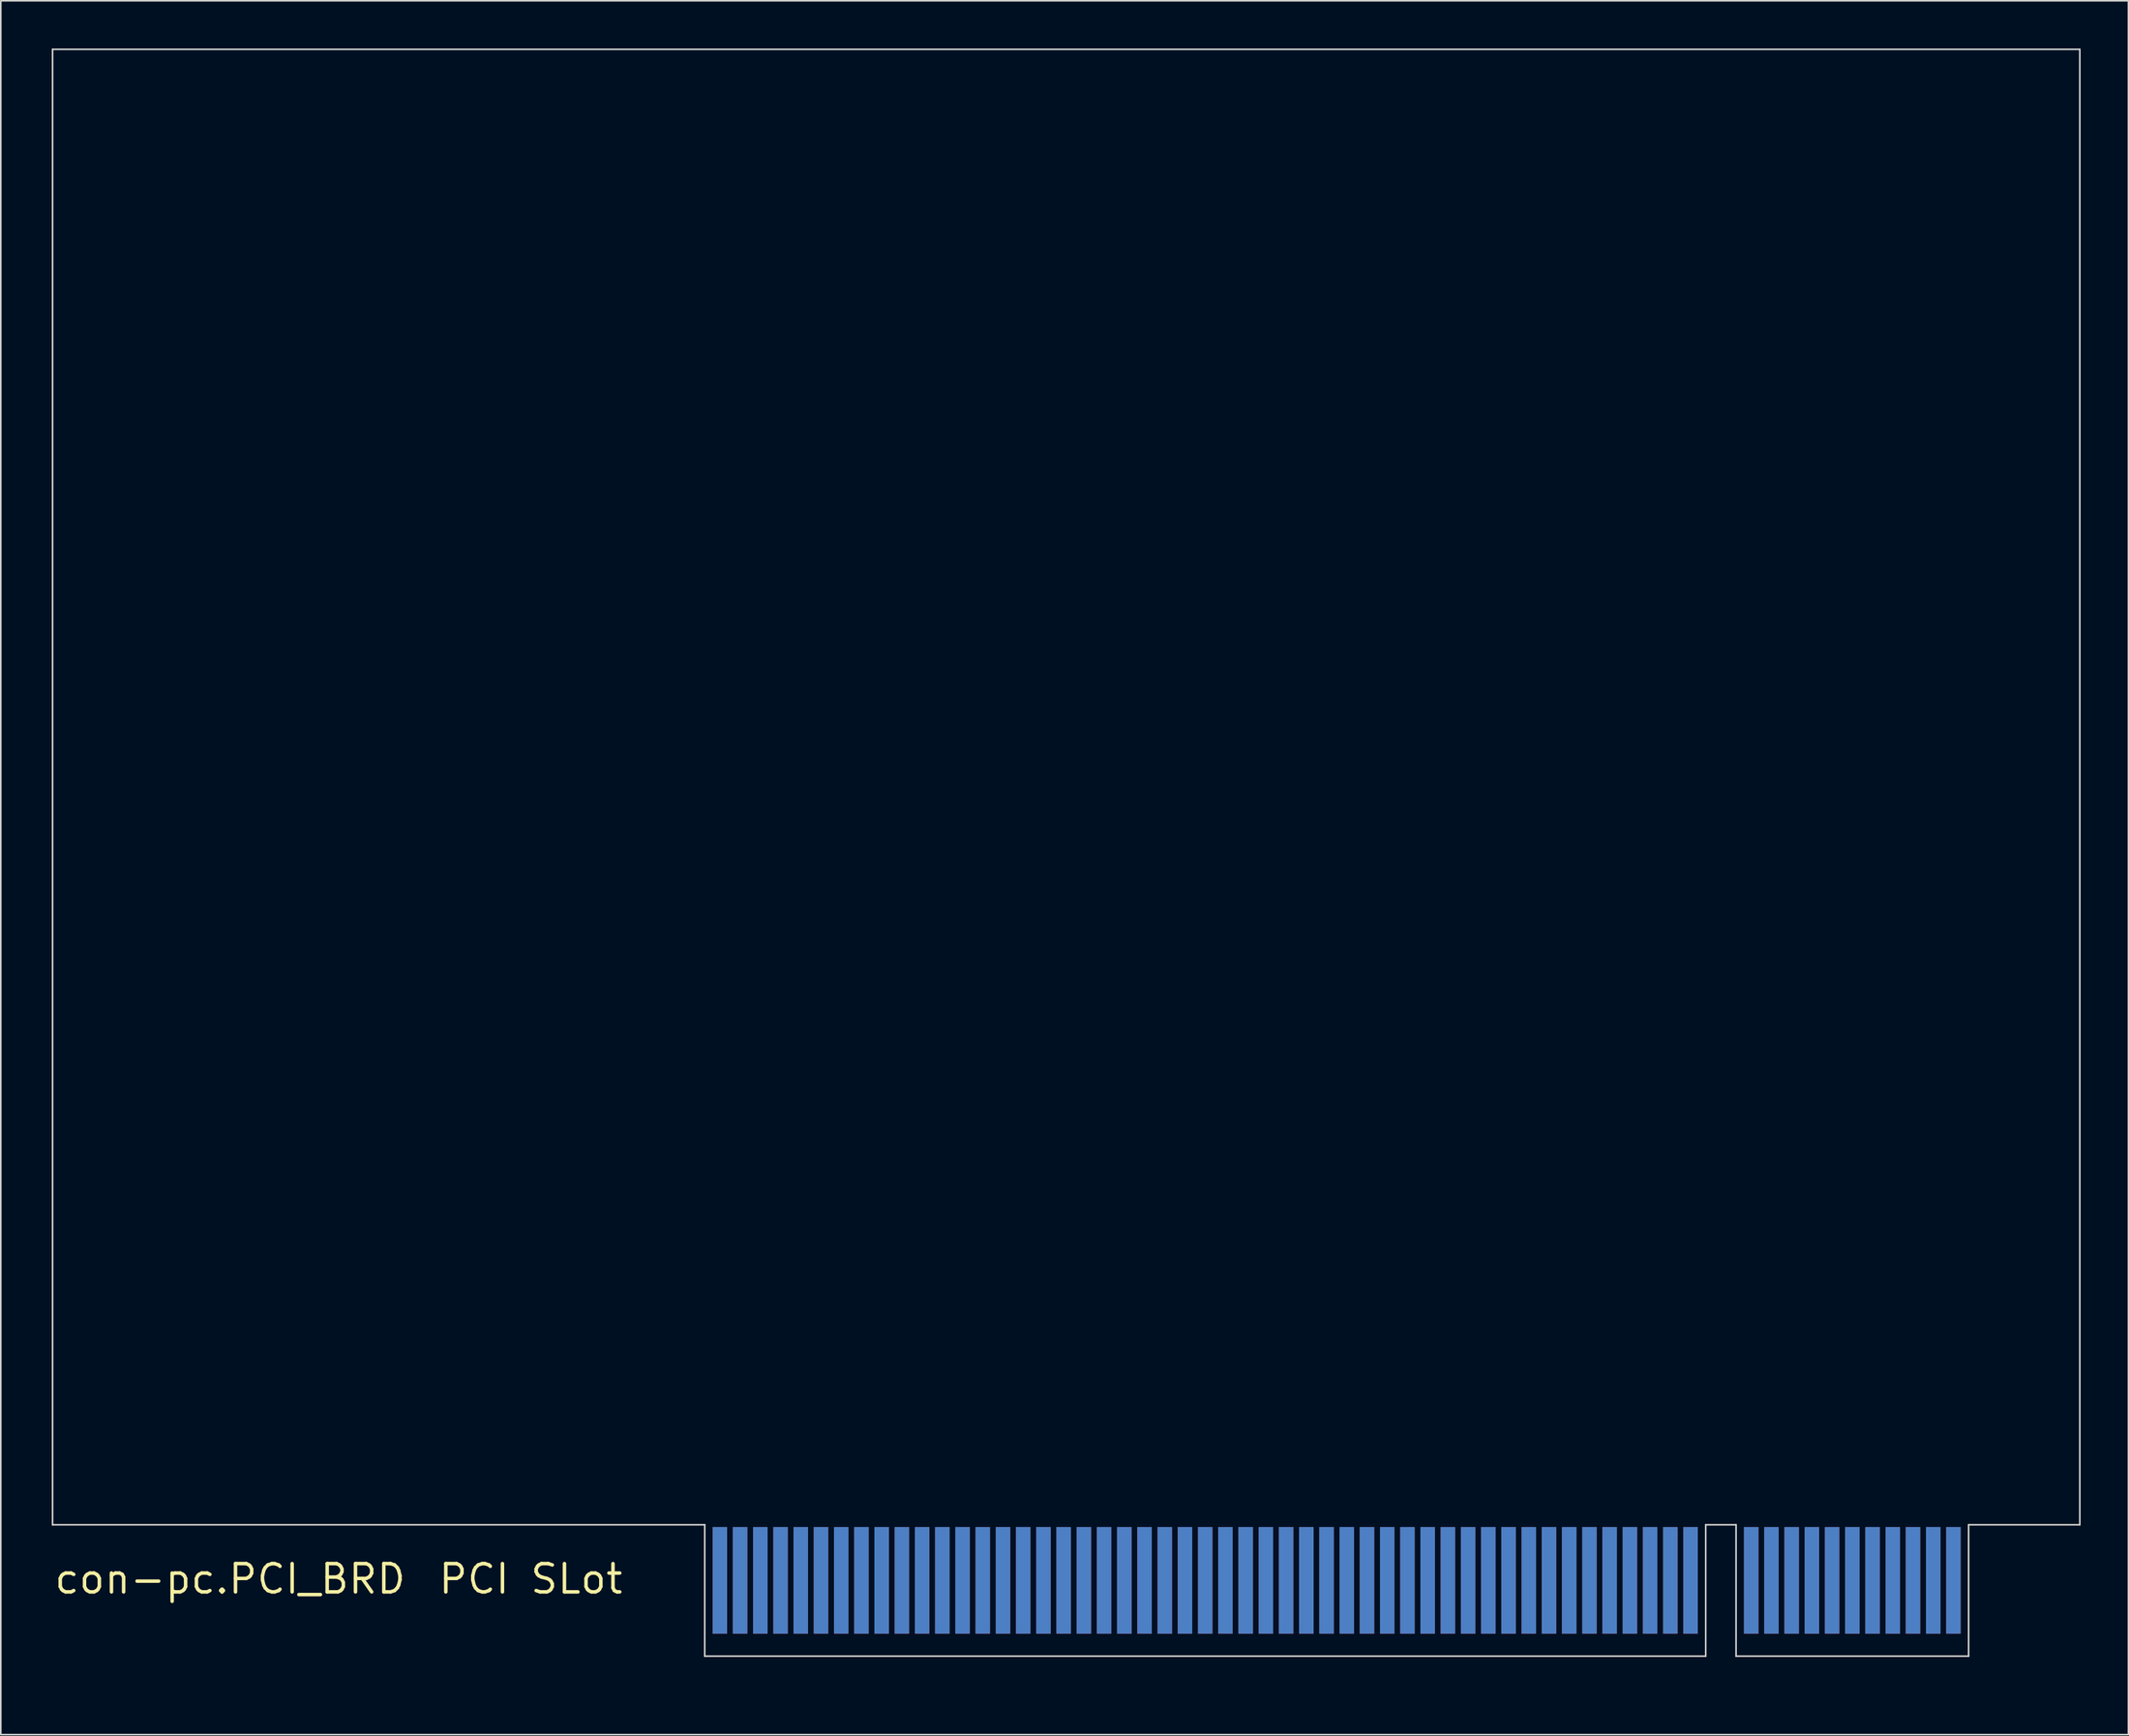
<source format=kicad_pcb>
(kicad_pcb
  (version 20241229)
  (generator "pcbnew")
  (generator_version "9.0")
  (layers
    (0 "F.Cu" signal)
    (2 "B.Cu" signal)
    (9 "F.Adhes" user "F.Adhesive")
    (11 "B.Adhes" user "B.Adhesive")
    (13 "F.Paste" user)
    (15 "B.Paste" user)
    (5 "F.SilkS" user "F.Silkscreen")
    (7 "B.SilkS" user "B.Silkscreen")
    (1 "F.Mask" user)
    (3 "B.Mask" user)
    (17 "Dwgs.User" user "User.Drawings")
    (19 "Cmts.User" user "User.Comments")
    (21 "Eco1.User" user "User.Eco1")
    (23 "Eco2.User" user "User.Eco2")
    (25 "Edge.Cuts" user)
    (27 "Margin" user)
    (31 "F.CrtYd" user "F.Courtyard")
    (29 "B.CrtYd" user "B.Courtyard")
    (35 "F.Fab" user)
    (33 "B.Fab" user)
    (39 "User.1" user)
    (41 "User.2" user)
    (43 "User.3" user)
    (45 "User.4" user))
  (footprint "con-pc.PCI_BRD"
    (layer "F.Cu")
    (at 0.25 101.015)
    (property "Reference" "con-pc.PCI_BRD" (at 0 -3.81 0) (layer "F.SilkS") (effects (font (size 1.778 1.778) (thickness 0.22)) (justify left bottom)))
    (attr smd)
    (fp_line (start 40.64 1.27) (end 121.285 1.27) (stroke (width 0.889) (type default)) (layer "F.Mask"))
    (fp_line (start 41.91 -8.255) (end 41.91 1.27) (stroke (width 0.889) (type default)) (layer "F.Mask"))
    (fp_line (start 43.18 -8.255) (end 43.18 1.27) (stroke (width 0.889) (type default)) (layer "F.Mask"))
    (fp_line (start 44.45 -8.255) (end 44.45 1.27) (stroke (width 0.889) (type default)) (layer "F.Mask"))
    (fp_line (start 45.72 -8.255) (end 45.72 1.27) (stroke (width 0.889) (type default)) (layer "F.Mask"))
    (fp_line (start 46.99 -8.255) (end 46.99 1.27) (stroke (width 0.889) (type default)) (layer "F.Mask"))
    (fp_line (start 48.26 -8.255) (end 48.26 1.27) (stroke (width 0.889) (type default)) (layer "F.Mask"))
    (fp_line (start 49.53 -8.255) (end 49.53 1.27) (stroke (width 0.889) (type default)) (layer "F.Mask"))
    (fp_line (start 50.8 -8.255) (end 50.8 1.27) (stroke (width 0.889) (type default)) (layer "F.Mask"))
    (fp_line (start 52.07 -8.255) (end 52.07 1.27) (stroke (width 0.889) (type default)) (layer "F.Mask"))
    (fp_line (start 53.34 -8.255) (end 53.34 1.27) (stroke (width 0.889) (type default)) (layer "F.Mask"))
    (fp_line (start 54.61 -8.255) (end 54.61 1.27) (stroke (width 0.889) (type default)) (layer "F.Mask"))
    (fp_line (start 55.88 -8.255) (end 55.88 1.27) (stroke (width 0.889) (type default)) (layer "F.Mask"))
    (fp_line (start 57.15 -8.255) (end 57.15 1.27) (stroke (width 0.889) (type default)) (layer "F.Mask"))
    (fp_line (start 58.42 -8.255) (end 58.42 1.27) (stroke (width 0.889) (type default)) (layer "F.Mask"))
    (fp_line (start 59.69 -8.255) (end 59.69 1.27) (stroke (width 0.889) (type default)) (layer "F.Mask"))
    (fp_line (start 60.96 -8.255) (end 60.96 1.27) (stroke (width 0.889) (type default)) (layer "F.Mask"))
    (fp_line (start 62.23 -8.255) (end 62.23 1.27) (stroke (width 0.889) (type default)) (layer "F.Mask"))
    (fp_line (start 63.5 -8.255) (end 63.5 1.27) (stroke (width 0.889) (type default)) (layer "F.Mask"))
    (fp_line (start 64.77 -8.255) (end 64.77 1.27) (stroke (width 0.889) (type default)) (layer "F.Mask"))
    (fp_line (start 66.04 -8.255) (end 66.04 1.27) (stroke (width 0.889) (type default)) (layer "F.Mask"))
    (fp_line (start 67.31 -8.255) (end 67.31 1.27) (stroke (width 0.889) (type default)) (layer "F.Mask"))
    (fp_line (start 68.58 -8.255) (end 68.58 1.27) (stroke (width 0.889) (type default)) (layer "F.Mask"))
    (fp_line (start 69.85 -8.255) (end 69.85 1.27) (stroke (width 0.889) (type default)) (layer "F.Mask"))
    (fp_line (start 71.12 -8.255) (end 71.12 1.27) (stroke (width 0.889) (type default)) (layer "F.Mask"))
    (fp_line (start 72.39 -8.255) (end 72.39 1.27) (stroke (width 0.889) (type default)) (layer "F.Mask"))
    (fp_line (start 73.66 -8.255) (end 73.66 1.27) (stroke (width 0.889) (type default)) (layer "F.Mask"))
    (fp_line (start 74.93 -8.255) (end 74.93 1.27) (stroke (width 0.889) (type default)) (layer "F.Mask"))
    (fp_line (start 76.2 -8.255) (end 76.2 1.27) (stroke (width 0.889) (type default)) (layer "F.Mask"))
    (fp_line (start 77.47 -8.255) (end 77.47 1.27) (stroke (width 0.889) (type default)) (layer "F.Mask"))
    (fp_line (start 78.74 -8.255) (end 78.74 1.27) (stroke (width 0.889) (type default)) (layer "F.Mask"))
    (fp_line (start 80.01 -8.255) (end 80.01 1.27) (stroke (width 0.889) (type default)) (layer "F.Mask"))
    (fp_line (start 81.28 -8.255) (end 81.28 1.27) (stroke (width 0.889) (type default)) (layer "F.Mask"))
    (fp_line (start 82.55 -8.255) (end 82.55 1.27) (stroke (width 0.889) (type default)) (layer "F.Mask"))
    (fp_line (start 83.82 -8.255) (end 83.82 1.27) (stroke (width 0.889) (type default)) (layer "F.Mask"))
    (fp_line (start 85.09 -8.255) (end 85.09 1.27) (stroke (width 0.889) (type default)) (layer "F.Mask"))
    (fp_line (start 86.36 -8.255) (end 86.36 1.27) (stroke (width 0.889) (type default)) (layer "F.Mask"))
    (fp_line (start 87.63 -8.255) (end 87.63 1.27) (stroke (width 0.889) (type default)) (layer "F.Mask"))
    (fp_line (start 88.9 -8.255) (end 88.9 1.27) (stroke (width 0.889) (type default)) (layer "F.Mask"))
    (fp_line (start 90.17 -8.255) (end 90.17 1.27) (stroke (width 0.889) (type default)) (layer "F.Mask"))
    (fp_line (start 91.44 -8.255) (end 91.44 1.27) (stroke (width 0.889) (type default)) (layer "F.Mask"))
    (fp_line (start 92.71 -8.255) (end 92.71 1.27) (stroke (width 0.889) (type default)) (layer "F.Mask"))
    (fp_line (start 93.98 -8.255) (end 93.98 1.27) (stroke (width 0.889) (type default)) (layer "F.Mask"))
    (fp_line (start 95.25 -8.255) (end 95.25 1.27) (stroke (width 0.889) (type default)) (layer "F.Mask"))
    (fp_line (start 96.52 -8.255) (end 96.52 1.27) (stroke (width 0.889) (type default)) (layer "F.Mask"))
    (fp_line (start 97.79 -8.255) (end 97.79 1.27) (stroke (width 0.889) (type default)) (layer "F.Mask"))
    (fp_line (start 99.06 -8.255) (end 99.06 1.27) (stroke (width 0.889) (type default)) (layer "F.Mask"))
    (fp_line (start 100.33 -8.255) (end 100.33 1.27) (stroke (width 0.889) (type default)) (layer "F.Mask"))
    (fp_line (start 101.6 -8.255) (end 101.6 1.27) (stroke (width 0.889) (type default)) (layer "F.Mask"))
    (fp_line (start 102.87 -8.255) (end 102.87 1.27) (stroke (width 0.889) (type default)) (layer "F.Mask"))
    (fp_line (start 106.68 -8.255) (end 106.68 1.27) (stroke (width 0.889) (type default)) (layer "F.Mask"))
    (fp_line (start 107.95 -8.255) (end 107.95 1.27) (stroke (width 0.889) (type default)) (layer "F.Mask"))
    (fp_line (start 109.22 -8.255) (end 109.22 1.27) (stroke (width 0.889) (type default)) (layer "F.Mask"))
    (fp_line (start 110.49 -8.255) (end 110.49 1.27) (stroke (width 0.889) (type default)) (layer "F.Mask"))
    (fp_line (start 111.76 -8.255) (end 111.76 1.27) (stroke (width 0.889) (type default)) (layer "F.Mask"))
    (fp_line (start 113.03 -8.255) (end 113.03 1.27) (stroke (width 0.889) (type default)) (layer "F.Mask"))
    (fp_line (start 114.3 -8.255) (end 114.3 1.27) (stroke (width 0.889) (type default)) (layer "F.Mask"))
    (fp_line (start 115.57 -8.255) (end 115.57 1.27) (stroke (width 0.889) (type default)) (layer "F.Mask"))
    (fp_line (start 116.84 -8.255) (end 116.84 1.27) (stroke (width 0.889) (type default)) (layer "F.Mask"))
    (fp_line (start 118.11 -8.255) (end 118.11 1.27) (stroke (width 0.889) (type default)) (layer "F.Mask"))
    (fp_line (start 119.38 -8.255) (end 119.38 1.27) (stroke (width 0.889) (type default)) (layer "F.Mask"))
    (fp_rect (start 40.64 1.905) (end 121.285 -8.255) (stroke (width 0.05) (type default)) (fill yes) (layer "F.Mask"))
    (fp_line (start 41.91 -8.255) (end 41.91 1.27) (stroke (width 0.889) (type default)) (layer "B.Mask"))
    (fp_line (start 43.18 -8.255) (end 43.18 1.27) (stroke (width 0.889) (type default)) (layer "B.Mask"))
    (fp_line (start 44.45 -8.255) (end 44.45 1.27) (stroke (width 0.889) (type default)) (layer "B.Mask"))
    (fp_line (start 45.72 -8.255) (end 45.72 1.27) (stroke (width 0.889) (type default)) (layer "B.Mask"))
    (fp_line (start 46.99 -8.255) (end 46.99 1.27) (stroke (width 0.889) (type default)) (layer "B.Mask"))
    (fp_line (start 48.26 -8.255) (end 48.26 1.27) (stroke (width 0.889) (type default)) (layer "B.Mask"))
    (fp_line (start 49.53 -8.255) (end 49.53 1.27) (stroke (width 0.889) (type default)) (layer "B.Mask"))
    (fp_line (start 50.8 -8.255) (end 50.8 1.27) (stroke (width 0.889) (type default)) (layer "B.Mask"))
    (fp_line (start 52.07 -8.255) (end 52.07 1.27) (stroke (width 0.889) (type default)) (layer "B.Mask"))
    (fp_line (start 53.34 -8.255) (end 53.34 1.27) (stroke (width 0.889) (type default)) (layer "B.Mask"))
    (fp_line (start 54.61 -8.255) (end 54.61 1.27) (stroke (width 0.889) (type default)) (layer "B.Mask"))
    (fp_line (start 55.88 -8.255) (end 55.88 1.27) (stroke (width 0.889) (type default)) (layer "B.Mask"))
    (fp_line (start 57.15 -8.255) (end 57.15 1.27) (stroke (width 0.889) (type default)) (layer "B.Mask"))
    (fp_line (start 58.42 -8.255) (end 58.42 1.27) (stroke (width 0.889) (type default)) (layer "B.Mask"))
    (fp_line (start 59.69 -8.255) (end 59.69 1.27) (stroke (width 0.889) (type default)) (layer "B.Mask"))
    (fp_line (start 60.96 -8.255) (end 60.96 1.27) (stroke (width 0.889) (type default)) (layer "B.Mask"))
    (fp_line (start 62.23 -8.255) (end 62.23 1.27) (stroke (width 0.889) (type default)) (layer "B.Mask"))
    (fp_line (start 63.5 -8.255) (end 63.5 1.27) (stroke (width 0.889) (type default)) (layer "B.Mask"))
    (fp_line (start 64.77 -8.255) (end 64.77 1.27) (stroke (width 0.889) (type default)) (layer "B.Mask"))
    (fp_line (start 66.04 -8.255) (end 66.04 1.27) (stroke (width 0.889) (type default)) (layer "B.Mask"))
    (fp_line (start 67.31 -8.255) (end 67.31 1.27) (stroke (width 0.889) (type default)) (layer "B.Mask"))
    (fp_line (start 68.58 -8.255) (end 68.58 1.27) (stroke (width 0.889) (type default)) (layer "B.Mask"))
    (fp_line (start 69.85 -8.255) (end 69.85 1.27) (stroke (width 0.889) (type default)) (layer "B.Mask"))
    (fp_line (start 71.12 -8.255) (end 71.12 1.27) (stroke (width 0.889) (type default)) (layer "B.Mask"))
    (fp_line (start 72.39 -8.255) (end 72.39 1.27) (stroke (width 0.889) (type default)) (layer "B.Mask"))
    (fp_line (start 73.66 -8.255) (end 73.66 1.27) (stroke (width 0.889) (type default)) (layer "B.Mask"))
    (fp_line (start 74.93 -8.255) (end 74.93 1.27) (stroke (width 0.889) (type default)) (layer "B.Mask"))
    (fp_line (start 76.2 -8.255) (end 76.2 1.27) (stroke (width 0.889) (type default)) (layer "B.Mask"))
    (fp_line (start 77.47 -8.255) (end 77.47 1.27) (stroke (width 0.889) (type default)) (layer "B.Mask"))
    (fp_line (start 78.74 -8.255) (end 78.74 1.27) (stroke (width 0.889) (type default)) (layer "B.Mask"))
    (fp_line (start 80.01 -8.255) (end 80.01 1.27) (stroke (width 0.889) (type default)) (layer "B.Mask"))
    (fp_line (start 81.28 -8.255) (end 81.28 1.27) (stroke (width 0.889) (type default)) (layer "B.Mask"))
    (fp_line (start 82.55 -8.255) (end 82.55 1.27) (stroke (width 0.889) (type default)) (layer "B.Mask"))
    (fp_line (start 83.82 -8.255) (end 83.82 1.27) (stroke (width 0.889) (type default)) (layer "B.Mask"))
    (fp_line (start 85.09 -8.255) (end 85.09 1.27) (stroke (width 0.889) (type default)) (layer "B.Mask"))
    (fp_line (start 86.36 -8.255) (end 86.36 1.27) (stroke (width 0.889) (type default)) (layer "B.Mask"))
    (fp_line (start 87.63 -8.255) (end 87.63 1.27) (stroke (width 0.889) (type default)) (layer "B.Mask"))
    (fp_line (start 88.9 -8.255) (end 88.9 1.27) (stroke (width 0.889) (type default)) (layer "B.Mask"))
    (fp_line (start 90.17 -8.255) (end 90.17 1.27) (stroke (width 0.889) (type default)) (layer "B.Mask"))
    (fp_line (start 91.44 -8.255) (end 91.44 1.27) (stroke (width 0.889) (type default)) (layer "B.Mask"))
    (fp_line (start 92.71 -8.255) (end 92.71 1.27) (stroke (width 0.889) (type default)) (layer "B.Mask"))
    (fp_line (start 93.98 -8.255) (end 93.98 1.27) (stroke (width 0.889) (type default)) (layer "B.Mask"))
    (fp_line (start 95.25 -8.255) (end 95.25 1.27) (stroke (width 0.889) (type default)) (layer "B.Mask"))
    (fp_line (start 96.52 -8.255) (end 96.52 1.27) (stroke (width 0.889) (type default)) (layer "B.Mask"))
    (fp_line (start 97.79 -8.255) (end 97.79 1.27) (stroke (width 0.889) (type default)) (layer "B.Mask"))
    (fp_line (start 99.06 -8.255) (end 99.06 1.27) (stroke (width 0.889) (type default)) (layer "B.Mask"))
    (fp_line (start 100.33 -8.255) (end 100.33 1.27) (stroke (width 0.889) (type default)) (layer "B.Mask"))
    (fp_line (start 101.6 -8.255) (end 101.6 1.27) (stroke (width 0.889) (type default)) (layer "B.Mask"))
    (fp_line (start 102.87 -8.255) (end 102.87 1.27) (stroke (width 0.889) (type default)) (layer "B.Mask"))
    (fp_line (start 106.68 -8.255) (end 106.68 1.27) (stroke (width 0.889) (type default)) (layer "B.Mask"))
    (fp_line (start 107.95 -8.255) (end 107.95 1.27) (stroke (width 0.889) (type default)) (layer "B.Mask"))
    (fp_line (start 109.22 -8.255) (end 109.22 1.27) (stroke (width 0.889) (type default)) (layer "B.Mask"))
    (fp_line (start 110.49 -8.255) (end 110.49 1.27) (stroke (width 0.889) (type default)) (layer "B.Mask"))
    (fp_line (start 111.76 -8.255) (end 111.76 1.27) (stroke (width 0.889) (type default)) (layer "B.Mask"))
    (fp_line (start 113.03 -8.255) (end 113.03 1.27) (stroke (width 0.889) (type default)) (layer "B.Mask"))
    (fp_line (start 114.3 -8.255) (end 114.3 1.27) (stroke (width 0.889) (type default)) (layer "B.Mask"))
    (fp_line (start 115.57 -8.255) (end 115.57 1.27) (stroke (width 0.889) (type default)) (layer "B.Mask"))
    (fp_line (start 116.84 -8.255) (end 116.84 1.27) (stroke (width 0.889) (type default)) (layer "B.Mask"))
    (fp_line (start 118.11 -8.255) (end 118.11 1.27) (stroke (width 0.889) (type default)) (layer "B.Mask"))
    (fp_line (start 119.38 -8.255) (end 119.38 1.27) (stroke (width 0.889) (type default)) (layer "B.Mask"))
    (fp_line (start 121.285 1.27) (end 40.64 1.27) (stroke (width 0.889) (type default)) (layer "B.Mask"))
    (fp_rect (start 40.64 1.905) (end 121.285 -8.255) (stroke (width 0.05) (type default)) (fill yes) (layer "B.Mask"))
    (fp_line (start 0 -100.965) (end 127.317 -100.965) (stroke (width 0.1) (type default)) (layer "Edge.Cuts"))
    (fp_line (start 0 -8.255) (end 0 -100.965) (stroke (width 0.1) (type default)) (layer "Edge.Cuts"))
    (fp_line (start 40.958 -8.255) (end 0 -8.255) (stroke (width 0.1) (type default)) (layer "Edge.Cuts"))
    (fp_line (start 40.958 0) (end 40.958 -8.255) (stroke (width 0.1) (type default)) (layer "Edge.Cuts"))
    (fp_line (start 103.823 -8.255) (end 103.823 0) (stroke (width 0.1) (type default)) (layer "Edge.Cuts"))
    (fp_line (start 103.823 0) (end 40.958 0) (stroke (width 0.1) (type default)) (layer "Edge.Cuts"))
    (fp_line (start 105.728 -8.255) (end 103.823 -8.255) (stroke (width 0.1) (type default)) (layer "Edge.Cuts"))
    (fp_line (start 105.728 0) (end 105.728 -8.255) (stroke (width 0.1) (type default)) (layer "Edge.Cuts"))
    (fp_line (start 120.332 -8.255) (end 120.332 0) (stroke (width 0.1) (type default)) (layer "Edge.Cuts"))
    (fp_line (start 120.332 0) (end 105.728 0) (stroke (width 0.1) (type default)) (layer "Edge.Cuts"))
    (fp_line (start 127.317 -100.965) (end 127.317 -8.255) (stroke (width 0.1) (type default)) (layer "Edge.Cuts"))
    (fp_line (start 127.317 -8.255) (end 120.332 -8.255) (stroke (width 0.1) (type default)) (layer "Edge.Cuts"))
    (fp_text user "PCI SLot" (at 24.13 -3.81 0) (layer "F.SilkS") (effects (font (size 1.778 1.778) (thickness 0.22)) (justify left bottom)))
    (pad "C1" smd roundrect (at 41.91 -4.763) (size 0.91 6.7) (layers "F.Cu" "F.Mask" "F.Paste") (roundrect_rratio 0.01))
    (pad "C2" smd roundrect (at 43.18 -4.763) (size 0.91 6.7) (layers "F.Cu" "F.Mask" "F.Paste") (roundrect_rratio 0.01))
    (pad "C3" smd roundrect (at 44.45 -4.763) (size 0.91 6.7) (layers "F.Cu" "F.Mask" "F.Paste") (roundrect_rratio 0.01))
    (pad "C4" smd roundrect (at 45.72 -4.763) (size 0.91 6.7) (layers "F.Cu" "F.Mask" "F.Paste") (roundrect_rratio 0.01))
    (pad "C5" smd roundrect (at 46.99 -4.763) (size 0.91 6.7) (layers "F.Cu" "F.Mask" "F.Paste") (roundrect_rratio 0.01))
    (pad "C6" smd roundrect (at 48.26 -4.763) (size 0.91 6.7) (layers "F.Cu" "F.Mask" "F.Paste") (roundrect_rratio 0.01))
    (pad "C7" smd roundrect (at 49.53 -4.763) (size 0.91 6.7) (layers "F.Cu" "F.Mask" "F.Paste") (roundrect_rratio 0.01))
    (pad "C8" smd roundrect (at 50.8 -4.763) (size 0.91 6.7) (layers "F.Cu" "F.Mask" "F.Paste") (roundrect_rratio 0.01))
    (pad "C9" smd roundrect (at 52.07 -4.763) (size 0.91 6.7) (layers "F.Cu" "F.Mask" "F.Paste") (roundrect_rratio 0.01))
    (pad "C10" smd roundrect (at 53.34 -4.763) (size 0.91 6.7) (layers "F.Cu" "F.Mask" "F.Paste") (roundrect_rratio 0.01))
    (pad "C11" smd roundrect (at 54.61 -4.763) (size 0.91 6.7) (layers "F.Cu" "F.Mask" "F.Paste") (roundrect_rratio 0.01))
    (pad "C12" smd roundrect (at 55.88 -4.763) (size 0.91 6.7) (layers "F.Cu" "F.Mask" "F.Paste") (roundrect_rratio 0.01))
    (pad "C13" smd roundrect (at 57.15 -4.763) (size 0.91 6.7) (layers "F.Cu" "F.Mask" "F.Paste") (roundrect_rratio 0.01))
    (pad "C14" smd roundrect (at 58.42 -4.763) (size 0.91 6.7) (layers "F.Cu" "F.Mask" "F.Paste") (roundrect_rratio 0.01))
    (pad "C15" smd roundrect (at 59.69 -4.763) (size 0.91 6.7) (layers "F.Cu" "F.Mask" "F.Paste") (roundrect_rratio 0.01))
    (pad "C16" smd roundrect (at 60.96 -4.763) (size 0.91 6.7) (layers "F.Cu" "F.Mask" "F.Paste") (roundrect_rratio 0.01))
    (pad "C17" smd roundrect (at 62.23 -4.763) (size 0.91 6.7) (layers "F.Cu" "F.Mask" "F.Paste") (roundrect_rratio 0.01))
    (pad "C18" smd roundrect (at 63.5 -4.763) (size 0.91 6.7) (layers "F.Cu" "F.Mask" "F.Paste") (roundrect_rratio 0.01))
    (pad "C19" smd roundrect (at 64.77 -4.763) (size 0.91 6.7) (layers "F.Cu" "F.Mask" "F.Paste") (roundrect_rratio 0.01))
    (pad "C20" smd roundrect (at 66.04 -4.763) (size 0.91 6.7) (layers "F.Cu" "F.Mask" "F.Paste") (roundrect_rratio 0.01))
    (pad "C21" smd roundrect (at 67.31 -4.763) (size 0.91 6.7) (layers "F.Cu" "F.Mask" "F.Paste") (roundrect_rratio 0.01))
    (pad "C22" smd roundrect (at 68.58 -4.763) (size 0.91 6.7) (layers "F.Cu" "F.Mask" "F.Paste") (roundrect_rratio 0.01))
    (pad "C23" smd roundrect (at 69.85 -4.763) (size 0.91 6.7) (layers "F.Cu" "F.Mask" "F.Paste") (roundrect_rratio 0.01))
    (pad "C24" smd roundrect (at 71.12 -4.763) (size 0.91 6.7) (layers "F.Cu" "F.Mask" "F.Paste") (roundrect_rratio 0.01))
    (pad "C25" smd roundrect (at 72.39 -4.763) (size 0.91 6.7) (layers "F.Cu" "F.Mask" "F.Paste") (roundrect_rratio 0.01))
    (pad "C26" smd roundrect (at 73.66 -4.763) (size 0.91 6.7) (layers "F.Cu" "F.Mask" "F.Paste") (roundrect_rratio 0.01))
    (pad "C27" smd roundrect (at 74.93 -4.763) (size 0.91 6.7) (layers "F.Cu" "F.Mask" "F.Paste") (roundrect_rratio 0.01))
    (pad "C28" smd roundrect (at 76.2 -4.763) (size 0.91 6.7) (layers "F.Cu" "F.Mask" "F.Paste") (roundrect_rratio 0.01))
    (pad "C29" smd roundrect (at 77.47 -4.763) (size 0.91 6.7) (layers "F.Cu" "F.Mask" "F.Paste") (roundrect_rratio 0.01))
    (pad "C30" smd roundrect (at 78.74 -4.763) (size 0.91 6.7) (layers "F.Cu" "F.Mask" "F.Paste") (roundrect_rratio 0.01))
    (pad "C31" smd roundrect (at 80.01 -4.763) (size 0.91 6.7) (layers "F.Cu" "F.Mask" "F.Paste") (roundrect_rratio 0.01))
    (pad "C32" smd roundrect (at 81.28 -4.763) (size 0.91 6.7) (layers "F.Cu" "F.Mask" "F.Paste") (roundrect_rratio 0.01))
    (pad "C33" smd roundrect (at 82.55 -4.763) (size 0.91 6.7) (layers "F.Cu" "F.Mask" "F.Paste") (roundrect_rratio 0.01))
    (pad "C34" smd roundrect (at 83.82 -4.763) (size 0.91 6.7) (layers "F.Cu" "F.Mask" "F.Paste") (roundrect_rratio 0.01))
    (pad "C35" smd roundrect (at 85.09 -4.763) (size 0.91 6.7) (layers "F.Cu" "F.Mask" "F.Paste") (roundrect_rratio 0.01))
    (pad "C36" smd roundrect (at 86.36 -4.763) (size 0.91 6.7) (layers "F.Cu" "F.Mask" "F.Paste") (roundrect_rratio 0.01))
    (pad "C37" smd roundrect (at 87.63 -4.763) (size 0.91 6.7) (layers "F.Cu" "F.Mask" "F.Paste") (roundrect_rratio 0.01))
    (pad "C38" smd roundrect (at 88.9 -4.763) (size 0.91 6.7) (layers "F.Cu" "F.Mask" "F.Paste") (roundrect_rratio 0.01))
    (pad "C39" smd roundrect (at 90.17 -4.763) (size 0.91 6.7) (layers "F.Cu" "F.Mask" "F.Paste") (roundrect_rratio 0.01))
    (pad "C40" smd roundrect (at 91.44 -4.763) (size 0.91 6.7) (layers "F.Cu" "F.Mask" "F.Paste") (roundrect_rratio 0.01))
    (pad "C41" smd roundrect (at 92.71 -4.763) (size 0.91 6.7) (layers "F.Cu" "F.Mask" "F.Paste") (roundrect_rratio 0.01))
    (pad "C42" smd roundrect (at 93.98 -4.763) (size 0.91 6.7) (layers "F.Cu" "F.Mask" "F.Paste") (roundrect_rratio 0.01))
    (pad "C43" smd roundrect (at 95.25 -4.763) (size 0.91 6.7) (layers "F.Cu" "F.Mask" "F.Paste") (roundrect_rratio 0.01))
    (pad "C44" smd roundrect (at 96.52 -4.763) (size 0.91 6.7) (layers "F.Cu" "F.Mask" "F.Paste") (roundrect_rratio 0.01))
    (pad "C45" smd roundrect (at 97.79 -4.763) (size 0.91 6.7) (layers "F.Cu" "F.Mask" "F.Paste") (roundrect_rratio 0.01))
    (pad "C46" smd roundrect (at 99.06 -4.763) (size 0.91 6.7) (layers "F.Cu" "F.Mask" "F.Paste") (roundrect_rratio 0.01))
    (pad "C47" smd roundrect (at 100.33 -4.763) (size 0.91 6.7) (layers "F.Cu" "F.Mask" "F.Paste") (roundrect_rratio 0.01))
    (pad "C48" smd roundrect (at 101.6 -4.763) (size 0.91 6.7) (layers "F.Cu" "F.Mask" "F.Paste") (roundrect_rratio 0.01))
    (pad "C49" smd roundrect (at 102.87 -4.763) (size 0.91 6.7) (layers "F.Cu" "F.Mask" "F.Paste") (roundrect_rratio 0.01))
    (pad "C52" smd roundrect (at 106.68 -4.763) (size 0.91 6.7) (layers "F.Cu" "F.Mask" "F.Paste") (roundrect_rratio 0.01))
    (pad "C53" smd roundrect (at 107.95 -4.763) (size 0.91 6.7) (layers "F.Cu" "F.Mask" "F.Paste") (roundrect_rratio 0.01))
    (pad "C54" smd roundrect (at 109.22 -4.763) (size 0.91 6.7) (layers "F.Cu" "F.Mask" "F.Paste") (roundrect_rratio 0.01))
    (pad "C55" smd roundrect (at 110.49 -4.763) (size 0.91 6.7) (layers "F.Cu" "F.Mask" "F.Paste") (roundrect_rratio 0.01))
    (pad "C56" smd roundrect (at 111.76 -4.763) (size 0.91 6.7) (layers "F.Cu" "F.Mask" "F.Paste") (roundrect_rratio 0.01))
    (pad "C57" smd roundrect (at 113.03 -4.763) (size 0.91 6.7) (layers "F.Cu" "F.Mask" "F.Paste") (roundrect_rratio 0.01))
    (pad "C58" smd roundrect (at 114.3 -4.763) (size 0.91 6.7) (layers "F.Cu" "F.Mask" "F.Paste") (roundrect_rratio 0.01))
    (pad "C59" smd roundrect (at 115.57 -4.763) (size 0.91 6.7) (layers "F.Cu" "F.Mask" "F.Paste") (roundrect_rratio 0.01))
    (pad "C60" smd roundrect (at 116.84 -4.763) (size 0.91 6.7) (layers "F.Cu" "F.Mask" "F.Paste") (roundrect_rratio 0.01))
    (pad "C61" smd roundrect (at 118.11 -4.763) (size 0.91 6.7) (layers "F.Cu" "F.Mask" "F.Paste") (roundrect_rratio 0.01))
    (pad "C62" smd roundrect (at 119.38 -4.763) (size 0.91 6.7) (layers "F.Cu" "F.Mask" "F.Paste") (roundrect_rratio 0.01))
    (pad "S1" smd roundrect (at 41.91 -4.763) (size 0.91 6.7) (layers "B.Cu" "B.Mask" "B.Paste") (roundrect_rratio 0.01))
    (pad "S2" smd roundrect (at 43.18 -4.763) (size 0.91 6.7) (layers "B.Cu" "B.Mask" "B.Paste") (roundrect_rratio 0.01))
    (pad "S3" smd roundrect (at 44.45 -4.763) (size 0.91 6.7) (layers "B.Cu" "B.Mask" "B.Paste") (roundrect_rratio 0.01))
    (pad "S4" smd roundrect (at 45.72 -4.763) (size 0.91 6.7) (layers "B.Cu" "B.Mask" "B.Paste") (roundrect_rratio 0.01))
    (pad "S5" smd roundrect (at 46.99 -4.763) (size 0.91 6.7) (layers "B.Cu" "B.Mask" "B.Paste") (roundrect_rratio 0.01))
    (pad "S6" smd roundrect (at 48.26 -4.763) (size 0.91 6.7) (layers "B.Cu" "B.Mask" "B.Paste") (roundrect_rratio 0.01))
    (pad "S7" smd roundrect (at 49.53 -4.763) (size 0.91 6.7) (layers "B.Cu" "B.Mask" "B.Paste") (roundrect_rratio 0.01))
    (pad "S8" smd roundrect (at 50.8 -4.763) (size 0.91 6.7) (layers "B.Cu" "B.Mask" "B.Paste") (roundrect_rratio 0.01))
    (pad "S9" smd roundrect (at 52.07 -4.763) (size 0.91 6.7) (layers "B.Cu" "B.Mask" "B.Paste") (roundrect_rratio 0.01))
    (pad "S10" smd roundrect (at 53.34 -4.763) (size 0.91 6.7) (layers "B.Cu" "B.Mask" "B.Paste") (roundrect_rratio 0.01))
    (pad "S11" smd roundrect (at 54.61 -4.763) (size 0.91 6.7) (layers "B.Cu" "B.Mask" "B.Paste") (roundrect_rratio 0.01))
    (pad "S12" smd roundrect (at 55.88 -4.763) (size 0.91 6.7) (layers "B.Cu" "B.Mask" "B.Paste") (roundrect_rratio 0.01))
    (pad "S13" smd roundrect (at 57.15 -4.763) (size 0.91 6.7) (layers "B.Cu" "B.Mask" "B.Paste") (roundrect_rratio 0.01))
    (pad "S14" smd roundrect (at 58.42 -4.763) (size 0.91 6.7) (layers "B.Cu" "B.Mask" "B.Paste") (roundrect_rratio 0.01))
    (pad "S15" smd roundrect (at 59.69 -4.763) (size 0.91 6.7) (layers "B.Cu" "B.Mask" "B.Paste") (roundrect_rratio 0.01))
    (pad "S16" smd roundrect (at 60.96 -4.763) (size 0.91 6.7) (layers "B.Cu" "B.Mask" "B.Paste") (roundrect_rratio 0.01))
    (pad "S17" smd roundrect (at 62.23 -4.763) (size 0.91 6.7) (layers "B.Cu" "B.Mask" "B.Paste") (roundrect_rratio 0.01))
    (pad "S18" smd roundrect (at 63.5 -4.763) (size 0.91 6.7) (layers "B.Cu" "B.Mask" "B.Paste") (roundrect_rratio 0.01))
    (pad "S19" smd roundrect (at 64.77 -4.763) (size 0.91 6.7) (layers "B.Cu" "B.Mask" "B.Paste") (roundrect_rratio 0.01))
    (pad "S20" smd roundrect (at 66.04 -4.763) (size 0.91 6.7) (layers "B.Cu" "B.Mask" "B.Paste") (roundrect_rratio 0.01))
    (pad "S21" smd roundrect (at 67.31 -4.763) (size 0.91 6.7) (layers "B.Cu" "B.Mask" "B.Paste") (roundrect_rratio 0.01))
    (pad "S22" smd roundrect (at 68.58 -4.763) (size 0.91 6.7) (layers "B.Cu" "B.Mask" "B.Paste") (roundrect_rratio 0.01))
    (pad "S23" smd roundrect (at 69.85 -4.763) (size 0.91 6.7) (layers "B.Cu" "B.Mask" "B.Paste") (roundrect_rratio 0.01))
    (pad "S24" smd roundrect (at 71.12 -4.763) (size 0.91 6.7) (layers "B.Cu" "B.Mask" "B.Paste") (roundrect_rratio 0.01))
    (pad "S25" smd roundrect (at 72.39 -4.763) (size 0.91 6.7) (layers "B.Cu" "B.Mask" "B.Paste") (roundrect_rratio 0.01))
    (pad "S26" smd roundrect (at 73.66 -4.763) (size 0.91 6.7) (layers "B.Cu" "B.Mask" "B.Paste") (roundrect_rratio 0.01))
    (pad "S27" smd roundrect (at 74.93 -4.763) (size 0.91 6.7) (layers "B.Cu" "B.Mask" "B.Paste") (roundrect_rratio 0.01))
    (pad "S28" smd roundrect (at 76.2 -4.763) (size 0.91 6.7) (layers "B.Cu" "B.Mask" "B.Paste") (roundrect_rratio 0.01))
    (pad "S29" smd roundrect (at 77.47 -4.763) (size 0.91 6.7) (layers "B.Cu" "B.Mask" "B.Paste") (roundrect_rratio 0.01))
    (pad "S30" smd roundrect (at 78.74 -4.763) (size 0.91 6.7) (layers "B.Cu" "B.Mask" "B.Paste") (roundrect_rratio 0.01))
    (pad "S31" smd roundrect (at 80.01 -4.763) (size 0.91 6.7) (layers "B.Cu" "B.Mask" "B.Paste") (roundrect_rratio 0.01))
    (pad "S32" smd roundrect (at 81.28 -4.763) (size 0.91 6.7) (layers "B.Cu" "B.Mask" "B.Paste") (roundrect_rratio 0.01))
    (pad "S33" smd roundrect (at 82.55 -4.763) (size 0.91 6.7) (layers "B.Cu" "B.Mask" "B.Paste") (roundrect_rratio 0.01))
    (pad "S34" smd roundrect (at 83.82 -4.763) (size 0.91 6.7) (layers "B.Cu" "B.Mask" "B.Paste") (roundrect_rratio 0.01))
    (pad "S35" smd roundrect (at 85.09 -4.763) (size 0.91 6.7) (layers "B.Cu" "B.Mask" "B.Paste") (roundrect_rratio 0.01))
    (pad "S36" smd roundrect (at 86.36 -4.763) (size 0.91 6.7) (layers "B.Cu" "B.Mask" "B.Paste") (roundrect_rratio 0.01))
    (pad "S37" smd roundrect (at 87.63 -4.763) (size 0.91 6.7) (layers "B.Cu" "B.Mask" "B.Paste") (roundrect_rratio 0.01))
    (pad "S38" smd roundrect (at 88.9 -4.763) (size 0.91 6.7) (layers "B.Cu" "B.Mask" "B.Paste") (roundrect_rratio 0.01))
    (pad "S39" smd roundrect (at 90.17 -4.763) (size 0.91 6.7) (layers "B.Cu" "B.Mask" "B.Paste") (roundrect_rratio 0.01))
    (pad "S40" smd roundrect (at 91.44 -4.763) (size 0.91 6.7) (layers "B.Cu" "B.Mask" "B.Paste") (roundrect_rratio 0.01))
    (pad "S41" smd roundrect (at 92.71 -4.763) (size 0.91 6.7) (layers "B.Cu" "B.Mask" "B.Paste") (roundrect_rratio 0.01))
    (pad "S42" smd roundrect (at 93.98 -4.763) (size 0.91 6.7) (layers "B.Cu" "B.Mask" "B.Paste") (roundrect_rratio 0.01))
    (pad "S43" smd roundrect (at 95.25 -4.763) (size 0.91 6.7) (layers "B.Cu" "B.Mask" "B.Paste") (roundrect_rratio 0.01))
    (pad "S44" smd roundrect (at 96.52 -4.763) (size 0.91 6.7) (layers "B.Cu" "B.Mask" "B.Paste") (roundrect_rratio 0.01))
    (pad "S45" smd roundrect (at 97.79 -4.763) (size 0.91 6.7) (layers "B.Cu" "B.Mask" "B.Paste") (roundrect_rratio 0.01))
    (pad "S46" smd roundrect (at 99.06 -4.763) (size 0.91 6.7) (layers "B.Cu" "B.Mask" "B.Paste") (roundrect_rratio 0.01))
    (pad "S47" smd roundrect (at 100.33 -4.763) (size 0.91 6.7) (layers "B.Cu" "B.Mask" "B.Paste") (roundrect_rratio 0.01))
    (pad "S48" smd roundrect (at 101.6 -4.763) (size 0.91 6.7) (layers "B.Cu" "B.Mask" "B.Paste") (roundrect_rratio 0.01))
    (pad "S49" smd roundrect (at 102.87 -4.763) (size 0.91 6.7) (layers "B.Cu" "B.Mask" "B.Paste") (roundrect_rratio 0.01))
    (pad "S52" smd roundrect (at 106.68 -4.763) (size 0.91 6.7) (layers "B.Cu" "B.Mask" "B.Paste") (roundrect_rratio 0.01))
    (pad "S53" smd roundrect (at 107.95 -4.763) (size 0.91 6.7) (layers "B.Cu" "B.Mask" "B.Paste") (roundrect_rratio 0.01))
    (pad "S54" smd roundrect (at 109.22 -4.763) (size 0.91 6.7) (layers "B.Cu" "B.Mask" "B.Paste") (roundrect_rratio 0.01))
    (pad "S55" smd roundrect (at 110.49 -4.763) (size 0.91 6.7) (layers "B.Cu" "B.Mask" "B.Paste") (roundrect_rratio 0.01))
    (pad "S56" smd roundrect (at 111.76 -4.763) (size 0.91 6.7) (layers "B.Cu" "B.Mask" "B.Paste") (roundrect_rratio 0.01))
    (pad "S57" smd roundrect (at 113.03 -4.763) (size 0.91 6.7) (layers "B.Cu" "B.Mask" "B.Paste") (roundrect_rratio 0.01))
    (pad "S58" smd roundrect (at 114.3 -4.763) (size 0.91 6.7) (layers "B.Cu" "B.Mask" "B.Paste") (roundrect_rratio 0.01))
    (pad "S59" smd roundrect (at 115.57 -4.763) (size 0.91 6.7) (layers "B.Cu" "B.Mask" "B.Paste") (roundrect_rratio 0.01))
    (pad "S60" smd roundrect (at 116.84 -4.763) (size 0.91 6.7) (layers "B.Cu" "B.Mask" "B.Paste") (roundrect_rratio 0.01))
    (pad "S61" smd roundrect (at 118.11 -4.763) (size 0.91 6.7) (layers "B.Cu" "B.Mask" "B.Paste") (roundrect_rratio 0.01))
    (pad "S62" smd roundrect (at 119.38 -4.763) (size 0.91 6.7) (layers "B.Cu" "B.Mask" "B.Paste") (roundrect_rratio 0.01)))
  (gr_rect
    (start -3 -3)
    (end 130.618 105.945)
    (stroke (width 0.1) (type default))
    (fill no)
    (layer "Edge.Cuts")))
</source>
